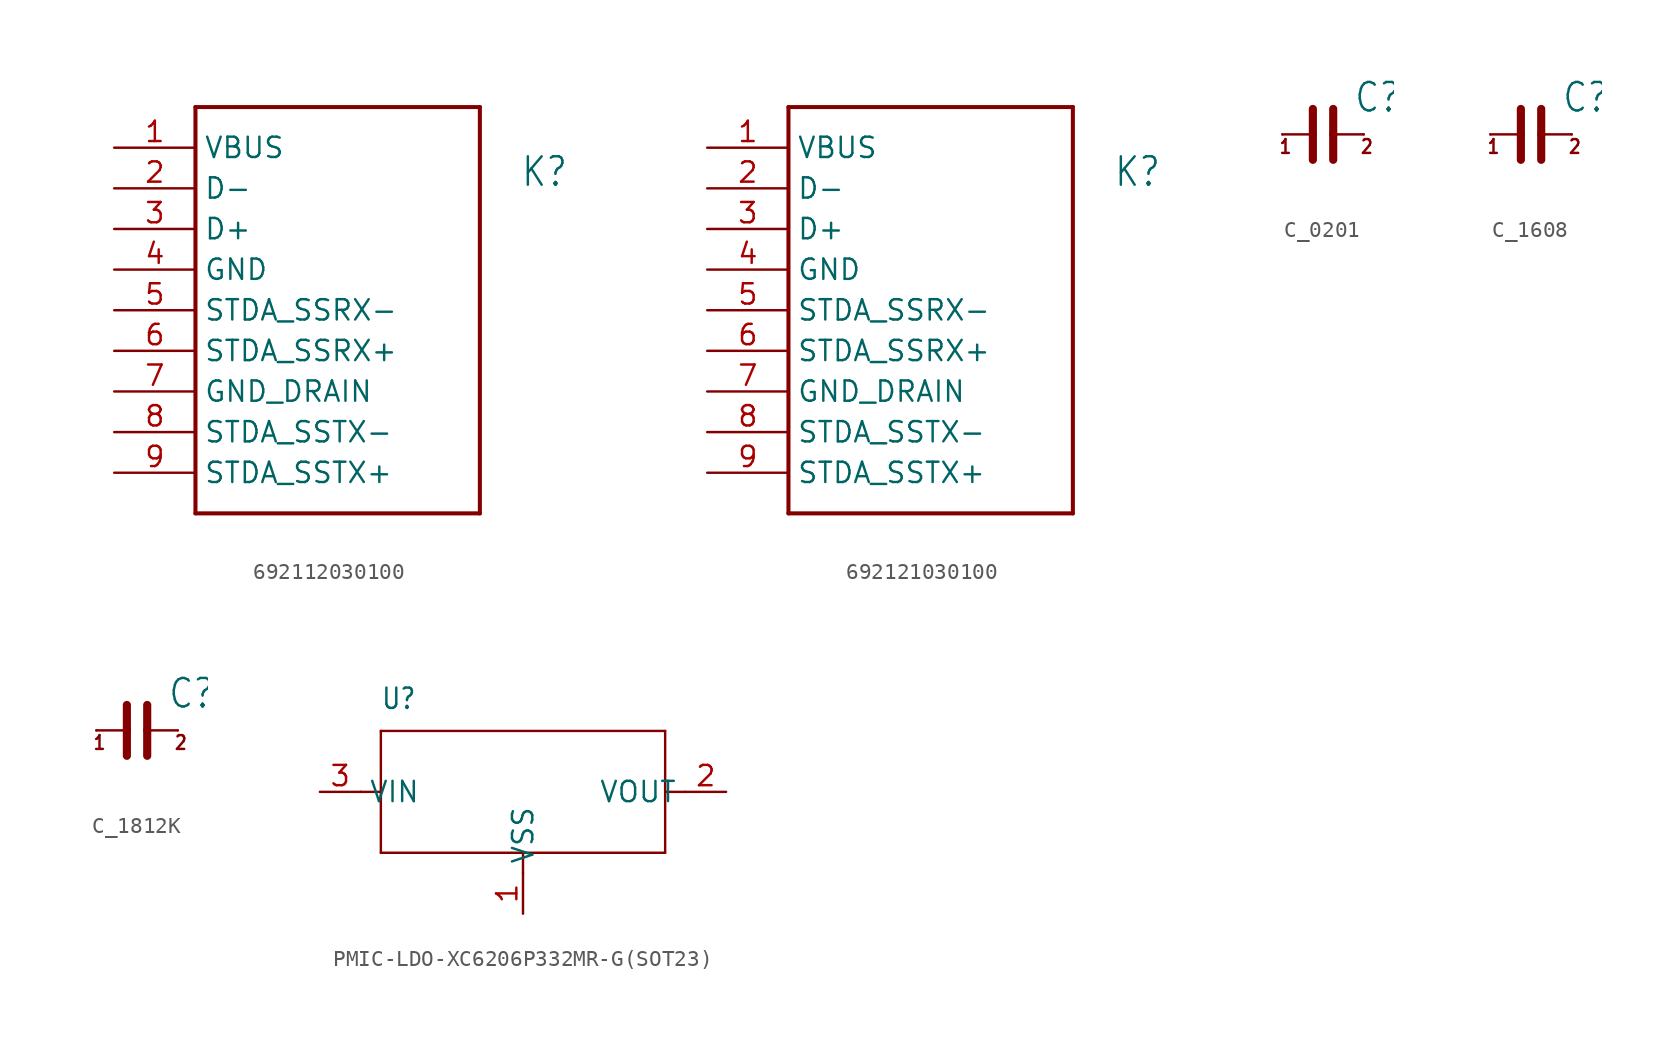
<source format=kicad_sym>
(kicad_symbol_lib
  (version 20220914)
  (generator kicad_symbol_editor)
  (symbol "692112030100"
    (property "Reference" "K"
      (at 12.7 2.54 0)
      (effects (font (size 1.778 1.511)) (justify left bottom)))
    (property "Value" ""
      (at 12.7 0 0)
      (effects (font (size 1.778 1.511)) (justify left bottom)))
    (property "ki_locked" ""
      (at 0 0 0)
      (effects (font (size 1.27 1.27))))
    (symbol "692112030100_1_0"
      (polyline (pts (xy -7.62 -17.78) (xy -7.62 7.62)) (stroke (width 0.254) (type solid)) (fill (type none)))
      (polyline (pts (xy -7.62 7.62) (xy 10.16 7.62)) (stroke (width 0.254) (type solid)) (fill (type none)))
      (polyline (pts (xy 10.16 -17.78) (xy -7.62 -17.78)) (stroke (width 0.254) (type solid)) (fill (type none)))
      (polyline (pts (xy 10.16 7.62) (xy 10.16 -17.78)) (stroke (width 0.254) (type solid)) (fill (type none)))
      (pin bidirectional line (at -12.7 5.08 0) (length 5.08) (name "VBUS" (effects (font (size 1.27 1.27)))) (number "1" (effects (font (size 1.27 1.27)))))
      (pin bidirectional line (at -12.7 2.54 0) (length 5.08) (name "D-" (effects (font (size 1.27 1.27)))) (number "2" (effects (font (size 1.27 1.27)))))
      (pin bidirectional line (at -12.7 0 0) (length 5.08) (name "D+" (effects (font (size 1.27 1.27)))) (number "3" (effects (font (size 1.27 1.27)))))
      (pin bidirectional line (at -12.7 -2.54 0) (length 5.08) (name "GND" (effects (font (size 1.27 1.27)))) (number "4" (effects (font (size 1.27 1.27)))))
      (pin bidirectional line (at -12.7 -5.08 0) (length 5.08) (name "STDA_SSRX-" (effects (font (size 1.27 1.27)))) (number "5" (effects (font (size 1.27 1.27)))))
      (pin bidirectional line (at -12.7 -7.62 0) (length 5.08) (name "STDA_SSRX+" (effects (font (size 1.27 1.27)))) (number "6" (effects (font (size 1.27 1.27)))))
      (pin bidirectional line (at -12.7 -10.16 0) (length 5.08) (name "GND_DRAIN" (effects (font (size 1.27 1.27)))) (number "7" (effects (font (size 1.27 1.27)))))
      (pin bidirectional line (at -12.7 -12.7 0) (length 5.08) (name "STDA_SSTX-" (effects (font (size 1.27 1.27)))) (number "8" (effects (font (size 1.27 1.27)))))
      (pin bidirectional line (at -12.7 -15.24 0) (length 5.08) (name "STDA_SSTX+" (effects (font (size 1.27 1.27)))) (number "9" (effects (font (size 1.27 1.27)))))))
  (symbol "692121030100"
    (property "Reference" "K"
      (at 12.7 2.54 0)
      (effects (font (size 1.778 1.511)) (justify left bottom)))
    (property "Value" ""
      (at 12.7 0 0)
      (effects (font (size 1.778 1.511)) (justify left bottom)))
    (property "ki_locked" ""
      (at 0 0 0)
      (effects (font (size 1.27 1.27))))
    (symbol "692121030100_1_0"
      (polyline (pts (xy -7.62 -17.78) (xy -7.62 7.62)) (stroke (width 0.254) (type solid)) (fill (type none)))
      (polyline (pts (xy -7.62 7.62) (xy 10.16 7.62)) (stroke (width 0.254) (type solid)) (fill (type none)))
      (polyline (pts (xy 10.16 -17.78) (xy -7.62 -17.78)) (stroke (width 0.254) (type solid)) (fill (type none)))
      (polyline (pts (xy 10.16 7.62) (xy 10.16 -17.78)) (stroke (width 0.254) (type solid)) (fill (type none)))
      (pin bidirectional line (at -12.7 5.08 0) (length 5.08) (name "VBUS" (effects (font (size 1.27 1.27)))) (number "1" (effects (font (size 1.27 1.27)))))
      (pin bidirectional line (at -12.7 2.54 0) (length 5.08) (name "D-" (effects (font (size 1.27 1.27)))) (number "2" (effects (font (size 1.27 1.27)))))
      (pin bidirectional line (at -12.7 0 0) (length 5.08) (name "D+" (effects (font (size 1.27 1.27)))) (number "3" (effects (font (size 1.27 1.27)))))
      (pin bidirectional line (at -12.7 -2.54 0) (length 5.08) (name "GND" (effects (font (size 1.27 1.27)))) (number "4" (effects (font (size 1.27 1.27)))))
      (pin bidirectional line (at -12.7 -5.08 0) (length 5.08) (name "STDA_SSRX-" (effects (font (size 1.27 1.27)))) (number "5" (effects (font (size 1.27 1.27)))))
      (pin bidirectional line (at -12.7 -7.62 0) (length 5.08) (name "STDA_SSRX+" (effects (font (size 1.27 1.27)))) (number "6" (effects (font (size 1.27 1.27)))))
      (pin bidirectional line (at -12.7 -10.16 0) (length 5.08) (name "GND_DRAIN" (effects (font (size 1.27 1.27)))) (number "7" (effects (font (size 1.27 1.27)))))
      (pin bidirectional line (at -12.7 -12.7 0) (length 5.08) (name "STDA_SSTX-" (effects (font (size 1.27 1.27)))) (number "8" (effects (font (size 1.27 1.27)))))
      (pin bidirectional line (at -12.7 -15.24 0) (length 5.08) (name "STDA_SSTX+" (effects (font (size 1.27 1.27)))) (number "9" (effects (font (size 1.27 1.27)))))))
  (symbol "C_0201"
    (property "Reference" "C"
      (at 1.905 1.27 0)
      (effects (font (size 1.778 1.511)) (justify left bottom)))
    (property "Value" ""
      (at -3.81 -4.128 0)
      (effects (font (size 1.778 1.511)) (justify left bottom)))
    (property "ki_locked" ""
      (at 0 0 0)
      (effects (font (size 1.27 1.27))))
    (symbol "C_0201_1_0"
      (polyline (pts (xy -2.54 0) (xy -0.635 0)) (stroke (width 0.152) (type solid)) (fill (type none)))
      (polyline (pts (xy -0.635 0) (xy -0.635 -1.587)) (stroke (width 0.508) (type solid)) (fill (type none)))
      (polyline (pts (xy -0.635 1.587) (xy -0.635 0)) (stroke (width 0.508) (type solid)) (fill (type none)))
      (polyline (pts (xy 0.635 0) (xy 0.635 -1.587)) (stroke (width 0.508) (type solid)) (fill (type none)))
      (polyline (pts (xy 0.635 1.587) (xy 0.635 0)) (stroke (width 0.508) (type solid)) (fill (type none)))
      (polyline (pts (xy 2.54 0) (xy 0.635 0)) (stroke (width 0.152) (type solid)) (fill (type none)))
      (text "1" (at -2.794 -1.27 0) (effects (font (size 0.864 0.734)) (justify left bottom)))
      (text "2" (at 2.286 -1.27 0) (effects (font (size 0.864 0.734)) (justify left bottom)))
      (pin passive line (at -2.54 0 0) (length 0) (name "1" (effects (font (size 0 0)))) (number "1" (effects (font (size 0 0)))))
      (pin passive line (at 2.54 0 180) (length 0) (name "2" (effects (font (size 0 0)))) (number "2" (effects (font (size 0 0)))))))
  (symbol "C_1608"
    (property "Reference" "C"
      (at 1.905 1.27 0)
      (effects (font (size 1.778 1.511)) (justify left bottom)))
    (property "Value" ""
      (at -3.81 -4.128 0)
      (effects (font (size 1.778 1.511)) (justify left bottom)))
    (property "ki_locked" ""
      (at 0 0 0)
      (effects (font (size 1.27 1.27))))
    (symbol "C_1608_1_0"
      (polyline (pts (xy -2.54 0) (xy -0.635 0)) (stroke (width 0.152) (type solid)) (fill (type none)))
      (polyline (pts (xy -0.635 0) (xy -0.635 -1.587)) (stroke (width 0.508) (type solid)) (fill (type none)))
      (polyline (pts (xy -0.635 1.587) (xy -0.635 0)) (stroke (width 0.508) (type solid)) (fill (type none)))
      (polyline (pts (xy 0.635 0) (xy 0.635 -1.587)) (stroke (width 0.508) (type solid)) (fill (type none)))
      (polyline (pts (xy 0.635 1.587) (xy 0.635 0)) (stroke (width 0.508) (type solid)) (fill (type none)))
      (polyline (pts (xy 2.54 0) (xy 0.635 0)) (stroke (width 0.152) (type solid)) (fill (type none)))
      (text "1" (at -2.794 -1.27 0) (effects (font (size 0.864 0.734)) (justify left bottom)))
      (text "2" (at 2.286 -1.27 0) (effects (font (size 0.864 0.734)) (justify left bottom)))
      (pin passive line (at -2.54 0 0) (length 0) (name "1" (effects (font (size 0 0)))) (number "1" (effects (font (size 0 0)))))
      (pin passive line (at 2.54 0 180) (length 0) (name "2" (effects (font (size 0 0)))) (number "2" (effects (font (size 0 0)))))))
  (symbol "C_1812K"
    (property "Reference" "C"
      (at 1.905 1.27 0)
      (effects (font (size 1.778 1.511)) (justify left bottom)))
    (property "Value" ""
      (at -3.81 -4.128 0)
      (effects (font (size 1.778 1.511)) (justify left bottom)))
    (property "ki_locked" ""
      (at 0 0 0)
      (effects (font (size 1.27 1.27))))
    (symbol "C_1812K_1_0"
      (polyline (pts (xy -2.54 0) (xy -0.635 0)) (stroke (width 0.152) (type solid)) (fill (type none)))
      (polyline (pts (xy -0.635 0) (xy -0.635 -1.587)) (stroke (width 0.508) (type solid)) (fill (type none)))
      (polyline (pts (xy -0.635 1.587) (xy -0.635 0)) (stroke (width 0.508) (type solid)) (fill (type none)))
      (polyline (pts (xy 0.635 0) (xy 0.635 -1.587)) (stroke (width 0.508) (type solid)) (fill (type none)))
      (polyline (pts (xy 0.635 1.587) (xy 0.635 0)) (stroke (width 0.508) (type solid)) (fill (type none)))
      (polyline (pts (xy 2.54 0) (xy 0.635 0)) (stroke (width 0.152) (type solid)) (fill (type none)))
      (text "1" (at -2.794 -1.27 0) (effects (font (size 0.864 0.734)) (justify left bottom)))
      (text "2" (at 2.286 -1.27 0) (effects (font (size 0.864 0.734)) (justify left bottom)))
      (pin passive line (at -2.54 0 0) (length 0) (name "1" (effects (font (size 0 0)))) (number "1" (effects (font (size 0 0)))))
      (pin passive line (at 2.54 0 180) (length 0) (name "2" (effects (font (size 0 0)))) (number "2" (effects (font (size 0 0)))))))
  (symbol "PMIC-LDO-XC6206P332MR-G(SOT23)"
    (property "Reference" "U"
      (at -8.901 5.087 0)
      (effects (font (size 1.272 1.081)) (justify left bottom)))
    (property "Value" ""
      (at -1.272 5.086 0)
      (effects (font (size 1.272 1.081)) (justify left bottom)))
    (property "ki_locked" ""
      (at 0 0 0)
      (effects (font (size 1.27 1.27))))
    (symbol "PMIC-LDO-XC6206P332MR-G(SOT23)_1_0"
      (polyline (pts (xy -10.16 0) (xy -8.89 0)) (stroke (width 0.152) (type solid)) (fill (type none)))
      (polyline (pts (xy -8.89 -3.81) (xy -8.89 0)) (stroke (width 0.152) (type solid)) (fill (type none)))
      (polyline (pts (xy -8.89 0) (xy -8.89 3.81)) (stroke (width 0.152) (type solid)) (fill (type none)))
      (polyline (pts (xy -8.89 3.81) (xy 8.89 3.81)) (stroke (width 0.152) (type solid)) (fill (type none)))
      (polyline (pts (xy 0 -5.08) (xy 0 -3.81)) (stroke (width 0.152) (type solid)) (fill (type none)))
      (polyline (pts (xy 0 -3.81) (xy -8.89 -3.81)) (stroke (width 0.152) (type solid)) (fill (type none)))
      (polyline (pts (xy 8.89 -3.81) (xy 0 -3.81)) (stroke (width 0.152) (type solid)) (fill (type none)))
      (polyline (pts (xy 8.89 0) (xy 8.89 -3.81)) (stroke (width 0.152) (type solid)) (fill (type none)))
      (polyline (pts (xy 8.89 3.81) (xy 8.89 0)) (stroke (width 0.152) (type solid)) (fill (type none)))
      (polyline (pts (xy 10.16 0) (xy 8.89 0)) (stroke (width 0.152) (type solid)) (fill (type none)))
      (pin power_in line (at 0 -7.62 90) (length 2.54) (name "VSS" (effects (font (size 1.27 1.27)))) (number "1" (effects (font (size 1.27 1.27)))))
      (pin output line (at 12.7 0 180) (length 2.54) (name "VOUT" (effects (font (size 1.27 1.27)))) (number "2" (effects (font (size 1.27 1.27)))))
      (pin input line (at -12.7 0 0) (length 2.54) (name "VIN" (effects (font (size 1.27 1.27)))) (number "3" (effects (font (size 1.27 1.27))))))))
</source>
